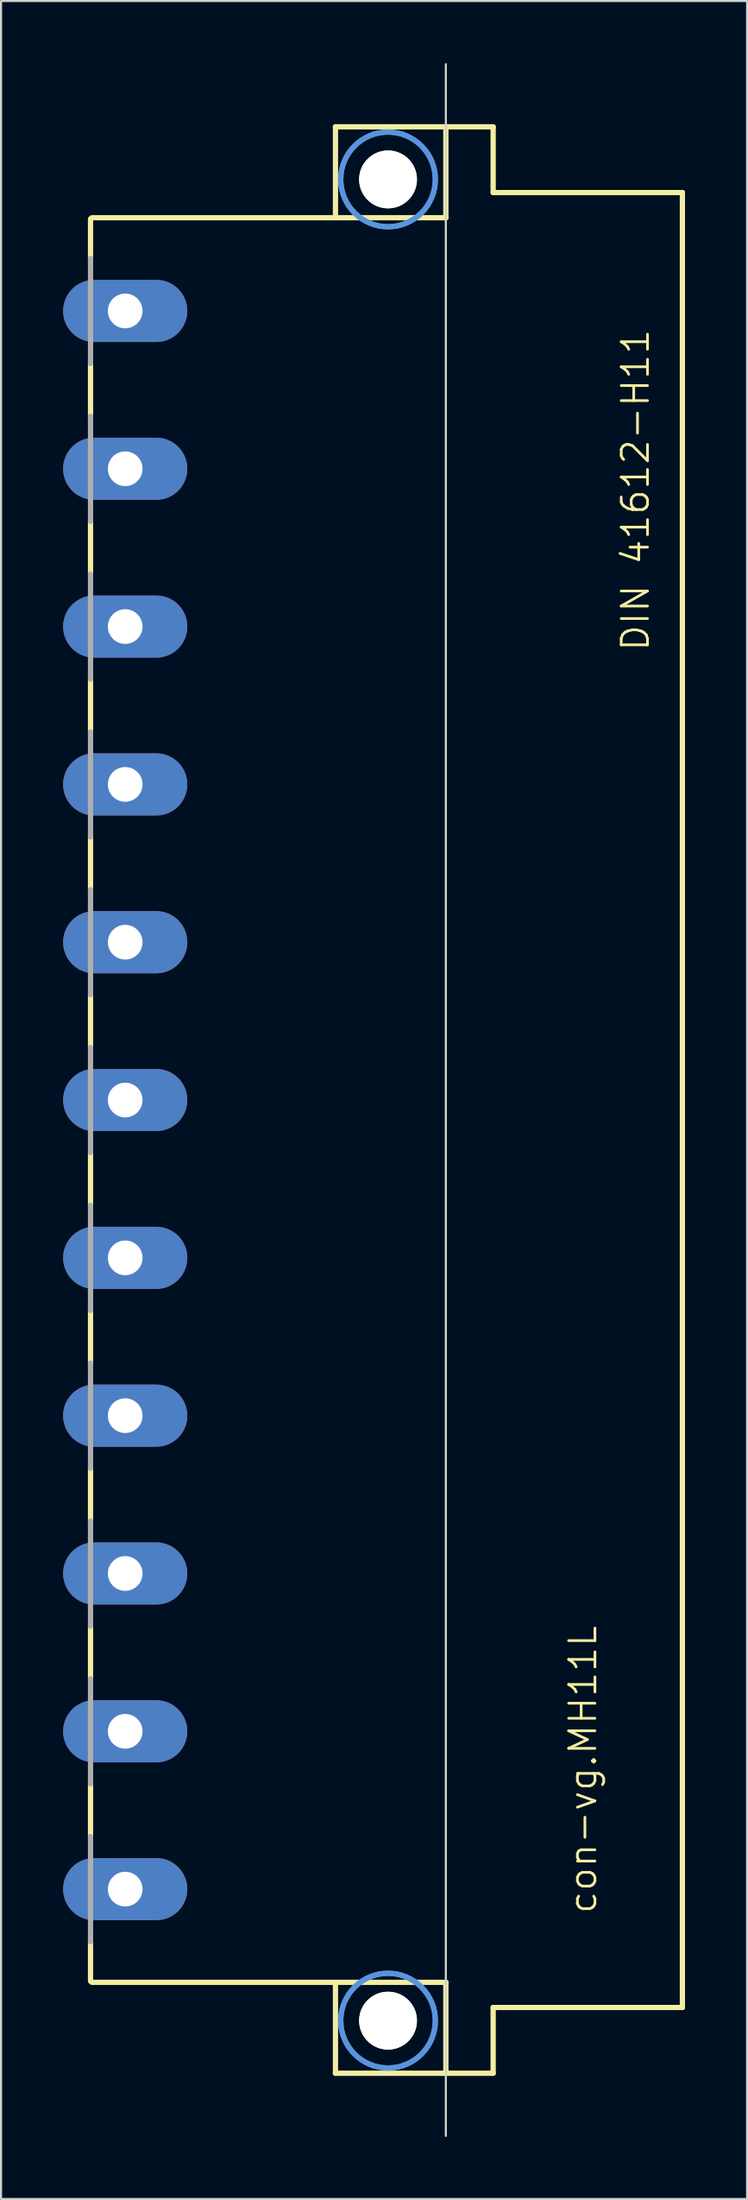
<source format=kicad_pcb>
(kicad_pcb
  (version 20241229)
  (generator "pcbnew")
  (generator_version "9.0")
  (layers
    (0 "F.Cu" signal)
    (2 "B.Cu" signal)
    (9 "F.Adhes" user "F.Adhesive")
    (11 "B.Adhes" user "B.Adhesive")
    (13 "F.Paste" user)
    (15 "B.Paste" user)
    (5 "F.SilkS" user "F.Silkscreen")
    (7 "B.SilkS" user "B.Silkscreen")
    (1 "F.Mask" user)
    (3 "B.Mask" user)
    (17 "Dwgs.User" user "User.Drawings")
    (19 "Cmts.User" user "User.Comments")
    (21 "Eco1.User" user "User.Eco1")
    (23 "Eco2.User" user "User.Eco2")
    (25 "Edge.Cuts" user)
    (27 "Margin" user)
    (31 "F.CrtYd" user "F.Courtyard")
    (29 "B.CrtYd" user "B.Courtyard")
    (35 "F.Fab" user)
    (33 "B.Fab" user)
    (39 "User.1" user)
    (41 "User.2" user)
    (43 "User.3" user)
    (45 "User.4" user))
  (footprint "con-vg.MH11L"
    (layer "F.Cu")
    (at 15.7 50.063)
    (property "Reference" "con-vg.MH11L" (at 10.16 39.37 90) (layer "F.SilkS") (effects (font (size 1.27 1.27) (thickness 0.13)) (justify left bottom)))
    (attr through_hole)
    (fp_line (start -14.376 -42.545) (end -14.376 -40.64) (stroke (width 0.254) (type default)) (layer "F.SilkS"))
    (fp_line (start -14.376 -35.56) (end -14.376 -33.02) (stroke (width 0.254) (type default)) (layer "F.SilkS"))
    (fp_line (start -14.376 -27.94) (end -14.376 -25.4) (stroke (width 0.254) (type default)) (layer "F.SilkS"))
    (fp_line (start -14.376 -20.32) (end -14.376 -17.78) (stroke (width 0.254) (type default)) (layer "F.SilkS"))
    (fp_line (start -14.376 -12.7) (end -14.376 -10.16) (stroke (width 0.254) (type default)) (layer "F.SilkS"))
    (fp_line (start -14.376 -5.08) (end -14.376 -2.54) (stroke (width 0.254) (type default)) (layer "F.SilkS"))
    (fp_line (start -14.376 2.54) (end -14.376 5.08) (stroke (width 0.254) (type default)) (layer "F.SilkS"))
    (fp_line (start -14.376 10.16) (end -14.376 12.7) (stroke (width 0.254) (type default)) (layer "F.SilkS"))
    (fp_line (start -14.376 17.78) (end -14.376 20.32) (stroke (width 0.254) (type default)) (layer "F.SilkS"))
    (fp_line (start -14.376 25.4) (end -14.376 27.94) (stroke (width 0.254) (type default)) (layer "F.SilkS"))
    (fp_line (start -14.376 33.02) (end -14.376 35.56) (stroke (width 0.254) (type default)) (layer "F.SilkS"))
    (fp_line (start -14.376 40.64) (end -14.376 42.545) (stroke (width 0.254) (type default)) (layer "F.SilkS"))
    (fp_line (start -14.313 -42.6) (end 2.794 -42.6) (stroke (width 0.254) (type default)) (layer "F.SilkS"))
    (fp_line (start -14.313 42.6) (end 2.794 42.6) (stroke (width 0.254) (type default)) (layer "F.SilkS"))
    (fp_line (start -2.54 -46.99) (end -2.54 -42.672) (stroke (width 0.254) (type default)) (layer "F.SilkS"))
    (fp_line (start -2.54 -46.99) (end 2.794 -46.99) (stroke (width 0.254) (type default)) (layer "F.SilkS"))
    (fp_line (start -2.54 42.672) (end -2.54 46.99) (stroke (width 0.254) (type default)) (layer "F.SilkS"))
    (fp_line (start -2.54 46.99) (end 2.794 46.99) (stroke (width 0.254) (type default)) (layer "F.SilkS"))
    (fp_line (start 2.794 -46.99) (end 2.794 -42.6) (stroke (width 0.254) (type default)) (layer "F.SilkS"))
    (fp_line (start 2.794 -46.99) (end 5.08 -46.99) (stroke (width 0.254) (type default)) (layer "F.SilkS"))
    (fp_line (start 2.794 -42.418) (end 2.794 42.418) (stroke (width 0.051) (type default)) (layer "F.SilkS"))
    (fp_line (start 2.794 42.6) (end 2.794 46.99) (stroke (width 0.254) (type default)) (layer "F.SilkS"))
    (fp_line (start 2.794 46.99) (end 5.08 46.99) (stroke (width 0.254) (type default)) (layer "F.SilkS"))
    (fp_line (start 5.08 -46.99) (end 5.08 -43.815) (stroke (width 0.254) (type default)) (layer "F.SilkS"))
    (fp_line (start 5.08 -43.815) (end 14.224 -43.815) (stroke (width 0.254) (type default)) (layer "F.SilkS"))
    (fp_line (start 5.08 43.815) (end 14.224 43.815) (stroke (width 0.254) (type default)) (layer "F.SilkS"))
    (fp_line (start 5.08 46.99) (end 5.08 43.815) (stroke (width 0.254) (type default)) (layer "F.SilkS"))
    (fp_line (start 14.224 -43.815) (end 14.224 43.815) (stroke (width 0.254) (type default)) (layer "F.SilkS"))
    (fp_circle (center 0 -44.45) (end 1.27 -44.45) (stroke (width 0.254) (type default)) (fill no) (layer "F.SilkS"))
    (fp_circle (center 0 44.45) (end 1.27 44.45) (stroke (width 0.254) (type default)) (fill no) (layer "F.SilkS"))
    (fp_circle (center 0 -44.45) (end 2.286 -44.45) (stroke (width 0.254) (type default)) (fill no) (layer "Cmts.User"))
    (fp_circle (center 0 -44.45) (end 2.286 -44.45) (stroke (width 0.254) (type default)) (fill no) (layer "Cmts.User"))
    (fp_circle (center 0 44.45) (end 2.286 44.45) (stroke (width 0.254) (type default)) (fill no) (layer "Cmts.User"))
    (fp_circle (center 0 44.45) (end 2.286 44.45) (stroke (width 0.254) (type default)) (fill no) (layer "Cmts.User"))
    (fp_line (start 2.794 50.013) (end 2.794 -50.013) (stroke (width 0.1) (type default)) (layer "Edge.Cuts"))
    (fp_line (start -14.376 -40.64) (end -14.376 -35.56) (stroke (width 0.254) (type default)) (layer "F.Fab"))
    (fp_line (start -14.376 -33.02) (end -14.376 -27.94) (stroke (width 0.254) (type default)) (layer "F.Fab"))
    (fp_line (start -14.376 -25.4) (end -14.376 -20.32) (stroke (width 0.254) (type default)) (layer "F.Fab"))
    (fp_line (start -14.376 -17.78) (end -14.376 -12.7) (stroke (width 0.254) (type default)) (layer "F.Fab"))
    (fp_line (start -14.376 -10.16) (end -14.376 -5.08) (stroke (width 0.254) (type default)) (layer "F.Fab"))
    (fp_line (start -14.376 -2.54) (end -14.376 2.54) (stroke (width 0.254) (type default)) (layer "F.Fab"))
    (fp_line (start -14.376 5.08) (end -14.376 10.16) (stroke (width 0.254) (type default)) (layer "F.Fab"))
    (fp_line (start -14.376 12.7) (end -14.376 17.78) (stroke (width 0.254) (type default)) (layer "F.Fab"))
    (fp_line (start -14.376 20.32) (end -14.376 25.4) (stroke (width 0.254) (type default)) (layer "F.Fab"))
    (fp_line (start -14.376 27.94) (end -14.376 33.02) (stroke (width 0.254) (type default)) (layer "F.Fab"))
    (fp_line (start -14.376 35.56) (end -14.376 40.64) (stroke (width 0.254) (type default)) (layer "F.Fab"))
    (fp_text user "DIN 41612-H11" (at 12.7 -21.59 90) (layer "F.SilkS") (effects (font (size 1.27 1.27) (thickness 0.13)) (justify left bottom)))
    (pad "" np_thru_hole circle (at 0 -44.45) (size 2.794 2.794) (drill 2.794) (layers "*.Cu" "*.Mask"))
    (pad "" np_thru_hole circle (at 0 44.45) (size 2.794 2.794) (drill 2.794) (layers "*.Cu" "*.Mask"))
    (pad "2" thru_hole oval (at -12.7 -38.1) (size 6 3) (drill 1.676) (layers "*.Cu" "*.Mask"))
    (pad "5" thru_hole oval (at -12.7 -30.48) (size 6 3) (drill 1.676) (layers "*.Cu" "*.Mask"))
    (pad "8" thru_hole oval (at -12.7 -22.86) (size 6 3) (drill 1.676) (layers "*.Cu" "*.Mask"))
    (pad "11" thru_hole oval (at -12.7 -15.24) (size 6 3) (drill 1.676) (layers "*.Cu" "*.Mask"))
    (pad "14" thru_hole oval (at -12.7 -7.62) (size 6 3) (drill 1.676) (layers "*.Cu" "*.Mask"))
    (pad "17" thru_hole oval (at -12.7 0) (size 6 3) (drill 1.676) (layers "*.Cu" "*.Mask"))
    (pad "20" thru_hole oval (at -12.7 7.62) (size 6 3) (drill 1.676) (layers "*.Cu" "*.Mask"))
    (pad "23" thru_hole oval (at -12.7 15.24) (size 6 3) (drill 1.676) (layers "*.Cu" "*.Mask"))
    (pad "26" thru_hole oval (at -12.7 22.86) (size 6 3) (drill 1.676) (layers "*.Cu" "*.Mask"))
    (pad "29" thru_hole oval (at -12.7 30.48) (size 6 3) (drill 1.676) (layers "*.Cu" "*.Mask"))
    (pad "32" thru_hole oval (at -12.7 38.1) (size 6 3) (drill 1.676) (layers "*.Cu" "*.Mask")))
  (gr_rect
    (start -3 -3)
    (end 33.051 103.125)
    (stroke (width 0.1) (type default))
    (fill no)
    (layer "Edge.Cuts")))
</source>
